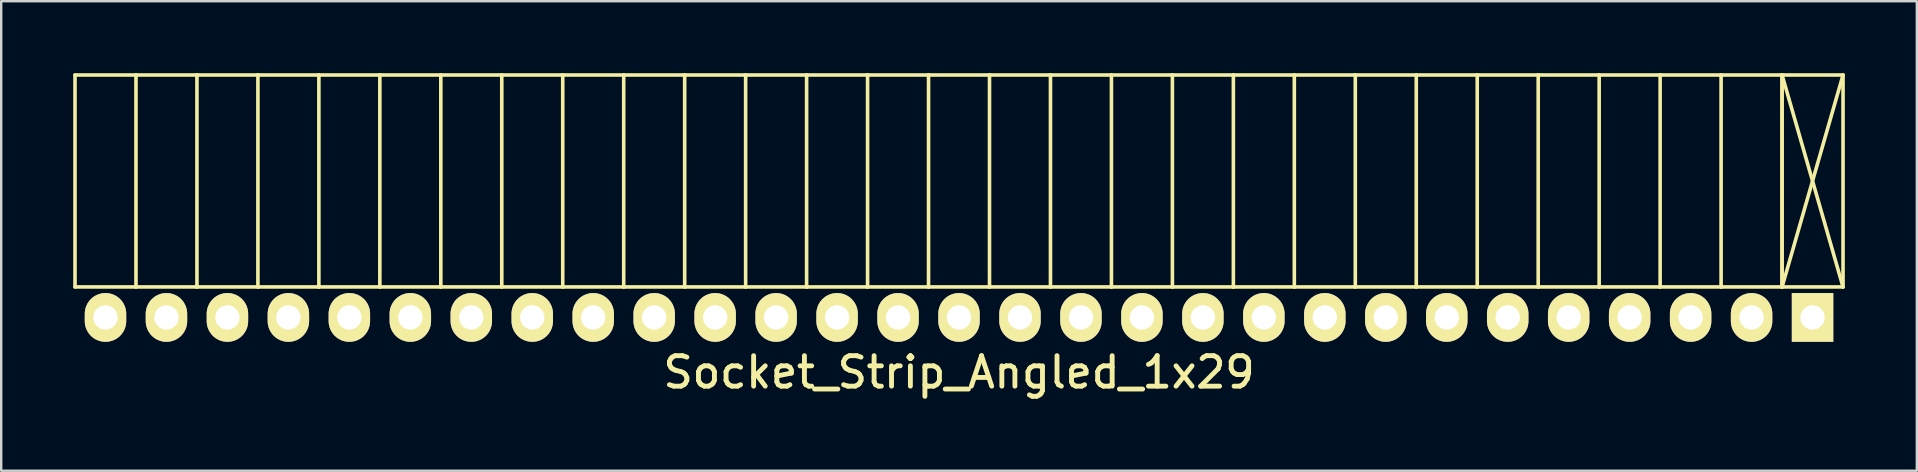
<source format=kicad_pcb>
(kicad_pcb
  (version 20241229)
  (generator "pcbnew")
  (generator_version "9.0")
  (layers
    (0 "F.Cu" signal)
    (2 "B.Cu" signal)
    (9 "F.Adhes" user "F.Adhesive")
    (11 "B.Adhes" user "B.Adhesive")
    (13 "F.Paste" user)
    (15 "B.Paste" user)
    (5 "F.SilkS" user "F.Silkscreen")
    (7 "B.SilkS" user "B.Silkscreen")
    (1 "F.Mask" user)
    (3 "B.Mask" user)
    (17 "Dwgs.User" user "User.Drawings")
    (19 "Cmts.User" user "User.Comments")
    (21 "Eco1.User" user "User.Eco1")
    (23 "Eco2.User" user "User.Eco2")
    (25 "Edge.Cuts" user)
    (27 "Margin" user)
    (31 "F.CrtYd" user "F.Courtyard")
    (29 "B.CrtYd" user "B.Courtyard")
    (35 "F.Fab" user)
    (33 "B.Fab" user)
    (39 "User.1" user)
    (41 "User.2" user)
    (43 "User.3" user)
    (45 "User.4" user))
  (footprint "Socket_Strip_Angled_1x29"
    (layer "F.Cu")
    (at 36.905 10.175)
    (property "Reference" "Socket_Strip_Angled_1x29" (at 0 2.286 0) (layer "F.SilkS") (effects (font (size 1.27 1.27) (thickness 0.203))))
    (attr through_hole)
    (fp_line (start -36.83 -10.1) (end -36.83 -1.27) (stroke (width 0.15) (type solid)) (layer "F.SilkS"))
    (fp_line (start -34.29 -10.1) (end -36.83 -10.1) (stroke (width 0.15) (type solid)) (layer "F.SilkS"))
    (fp_line (start -34.29 -10.1) (end -34.29 -1.27) (stroke (width 0.15) (type solid)) (layer "F.SilkS"))
    (fp_line (start -34.29 -1.27) (end -36.83 -1.27) (stroke (width 0.15) (type solid)) (layer "F.SilkS"))
    (fp_line (start -31.75 -10.1) (end -34.29 -10.1) (stroke (width 0.15) (type solid)) (layer "F.SilkS"))
    (fp_line (start -31.75 -10.1) (end -31.75 -1.27) (stroke (width 0.15) (type solid)) (layer "F.SilkS"))
    (fp_line (start -31.75 -1.27) (end -34.29 -1.27) (stroke (width 0.15) (type solid)) (layer "F.SilkS"))
    (fp_line (start -29.21 -10.1) (end -31.75 -10.1) (stroke (width 0.15) (type solid)) (layer "F.SilkS"))
    (fp_line (start -29.21 -10.1) (end -29.21 -1.27) (stroke (width 0.15) (type solid)) (layer "F.SilkS"))
    (fp_line (start -29.21 -1.27) (end -31.75 -1.27) (stroke (width 0.15) (type solid)) (layer "F.SilkS"))
    (fp_line (start -26.67 -10.1) (end -29.21 -10.1) (stroke (width 0.15) (type solid)) (layer "F.SilkS"))
    (fp_line (start -26.67 -10.1) (end -26.67 -1.27) (stroke (width 0.15) (type solid)) (layer "F.SilkS"))
    (fp_line (start -26.67 -1.27) (end -29.21 -1.27) (stroke (width 0.15) (type solid)) (layer "F.SilkS"))
    (fp_line (start -24.13 -10.1) (end -26.67 -10.1) (stroke (width 0.15) (type solid)) (layer "F.SilkS"))
    (fp_line (start -24.13 -10.1) (end -24.13 -1.27) (stroke (width 0.15) (type solid)) (layer "F.SilkS"))
    (fp_line (start -24.13 -1.27) (end -26.67 -1.27) (stroke (width 0.15) (type solid)) (layer "F.SilkS"))
    (fp_line (start -21.59 -10.1) (end -24.13 -10.1) (stroke (width 0.15) (type solid)) (layer "F.SilkS"))
    (fp_line (start -21.59 -10.1) (end -21.59 -1.27) (stroke (width 0.15) (type solid)) (layer "F.SilkS"))
    (fp_line (start -21.59 -1.27) (end -24.13 -1.27) (stroke (width 0.15) (type solid)) (layer "F.SilkS"))
    (fp_line (start -19.05 -10.1) (end -21.59 -10.1) (stroke (width 0.15) (type solid)) (layer "F.SilkS"))
    (fp_line (start -19.05 -10.1) (end -19.05 -1.27) (stroke (width 0.15) (type solid)) (layer "F.SilkS"))
    (fp_line (start -19.05 -1.27) (end -21.59 -1.27) (stroke (width 0.15) (type solid)) (layer "F.SilkS"))
    (fp_line (start -16.51 -10.1) (end -19.05 -10.1) (stroke (width 0.15) (type solid)) (layer "F.SilkS"))
    (fp_line (start -16.51 -10.1) (end -16.51 -1.27) (stroke (width 0.15) (type solid)) (layer "F.SilkS"))
    (fp_line (start -16.51 -1.27) (end -19.05 -1.27) (stroke (width 0.15) (type solid)) (layer "F.SilkS"))
    (fp_line (start -13.97 -10.1) (end -16.51 -10.1) (stroke (width 0.15) (type solid)) (layer "F.SilkS"))
    (fp_line (start -13.97 -10.1) (end -13.97 -1.27) (stroke (width 0.15) (type solid)) (layer "F.SilkS"))
    (fp_line (start -13.97 -1.27) (end -16.51 -1.27) (stroke (width 0.15) (type solid)) (layer "F.SilkS"))
    (fp_line (start -11.43 -10.1) (end -13.97 -10.1) (stroke (width 0.15) (type solid)) (layer "F.SilkS"))
    (fp_line (start -11.43 -10.1) (end -11.43 -1.27) (stroke (width 0.15) (type solid)) (layer "F.SilkS"))
    (fp_line (start -11.43 -1.27) (end -13.97 -1.27) (stroke (width 0.15) (type solid)) (layer "F.SilkS"))
    (fp_line (start -8.89 -10.1) (end -11.43 -10.1) (stroke (width 0.15) (type solid)) (layer "F.SilkS"))
    (fp_line (start -8.89 -10.1) (end -8.89 -1.27) (stroke (width 0.15) (type solid)) (layer "F.SilkS"))
    (fp_line (start -8.89 -1.27) (end -11.43 -1.27) (stroke (width 0.15) (type solid)) (layer "F.SilkS"))
    (fp_line (start -6.35 -10.1) (end -8.89 -10.1) (stroke (width 0.15) (type solid)) (layer "F.SilkS"))
    (fp_line (start -6.35 -10.1) (end -6.35 -1.27) (stroke (width 0.15) (type solid)) (layer "F.SilkS"))
    (fp_line (start -6.35 -1.27) (end -8.89 -1.27) (stroke (width 0.15) (type solid)) (layer "F.SilkS"))
    (fp_line (start -3.81 -10.1) (end -6.35 -10.1) (stroke (width 0.15) (type solid)) (layer "F.SilkS"))
    (fp_line (start -3.81 -10.1) (end -3.81 -1.27) (stroke (width 0.15) (type solid)) (layer "F.SilkS"))
    (fp_line (start -3.81 -1.27) (end -6.35 -1.27) (stroke (width 0.15) (type solid)) (layer "F.SilkS"))
    (fp_line (start -1.27 -10.1) (end -3.81 -10.1) (stroke (width 0.15) (type solid)) (layer "F.SilkS"))
    (fp_line (start -1.27 -10.1) (end -1.27 -1.27) (stroke (width 0.15) (type solid)) (layer "F.SilkS"))
    (fp_line (start -1.27 -1.27) (end -3.81 -1.27) (stroke (width 0.15) (type solid)) (layer "F.SilkS"))
    (fp_line (start 1.27 -10.1) (end -1.27 -10.1) (stroke (width 0.15) (type solid)) (layer "F.SilkS"))
    (fp_line (start 1.27 -10.1) (end 1.27 -1.27) (stroke (width 0.15) (type solid)) (layer "F.SilkS"))
    (fp_line (start 1.27 -1.27) (end -1.27 -1.27) (stroke (width 0.15) (type solid)) (layer "F.SilkS"))
    (fp_line (start 3.81 -10.1) (end 1.27 -10.1) (stroke (width 0.15) (type solid)) (layer "F.SilkS"))
    (fp_line (start 3.81 -10.1) (end 3.81 -1.27) (stroke (width 0.15) (type solid)) (layer "F.SilkS"))
    (fp_line (start 3.81 -1.27) (end 1.27 -1.27) (stroke (width 0.15) (type solid)) (layer "F.SilkS"))
    (fp_line (start 6.35 -10.1) (end 3.81 -10.1) (stroke (width 0.15) (type solid)) (layer "F.SilkS"))
    (fp_line (start 6.35 -10.1) (end 6.35 -1.27) (stroke (width 0.15) (type solid)) (layer "F.SilkS"))
    (fp_line (start 6.35 -1.27) (end 3.81 -1.27) (stroke (width 0.15) (type solid)) (layer "F.SilkS"))
    (fp_line (start 8.89 -10.1) (end 6.35 -10.1) (stroke (width 0.15) (type solid)) (layer "F.SilkS"))
    (fp_line (start 8.89 -10.1) (end 8.89 -1.27) (stroke (width 0.15) (type solid)) (layer "F.SilkS"))
    (fp_line (start 8.89 -1.27) (end 6.35 -1.27) (stroke (width 0.15) (type solid)) (layer "F.SilkS"))
    (fp_line (start 11.43 -10.1) (end 8.89 -10.1) (stroke (width 0.15) (type solid)) (layer "F.SilkS"))
    (fp_line (start 11.43 -10.1) (end 11.43 -1.27) (stroke (width 0.15) (type solid)) (layer "F.SilkS"))
    (fp_line (start 11.43 -1.27) (end 8.89 -1.27) (stroke (width 0.15) (type solid)) (layer "F.SilkS"))
    (fp_line (start 13.97 -10.1) (end 11.43 -10.1) (stroke (width 0.15) (type solid)) (layer "F.SilkS"))
    (fp_line (start 13.97 -10.1) (end 13.97 -1.27) (stroke (width 0.15) (type solid)) (layer "F.SilkS"))
    (fp_line (start 13.97 -1.27) (end 11.43 -1.27) (stroke (width 0.15) (type solid)) (layer "F.SilkS"))
    (fp_line (start 16.51 -10.1) (end 13.97 -10.1) (stroke (width 0.15) (type solid)) (layer "F.SilkS"))
    (fp_line (start 16.51 -10.1) (end 16.51 -1.27) (stroke (width 0.15) (type solid)) (layer "F.SilkS"))
    (fp_line (start 16.51 -1.27) (end 13.97 -1.27) (stroke (width 0.15) (type solid)) (layer "F.SilkS"))
    (fp_line (start 19.05 -10.1) (end 16.51 -10.1) (stroke (width 0.15) (type solid)) (layer "F.SilkS"))
    (fp_line (start 19.05 -10.1) (end 19.05 -1.27) (stroke (width 0.15) (type solid)) (layer "F.SilkS"))
    (fp_line (start 19.05 -1.27) (end 16.51 -1.27) (stroke (width 0.15) (type solid)) (layer "F.SilkS"))
    (fp_line (start 21.59 -10.1) (end 19.05 -10.1) (stroke (width 0.15) (type solid)) (layer "F.SilkS"))
    (fp_line (start 21.59 -10.1) (end 21.59 -1.27) (stroke (width 0.15) (type solid)) (layer "F.SilkS"))
    (fp_line (start 21.59 -1.27) (end 19.05 -1.27) (stroke (width 0.15) (type solid)) (layer "F.SilkS"))
    (fp_line (start 24.13 -10.1) (end 21.59 -10.1) (stroke (width 0.15) (type solid)) (layer "F.SilkS"))
    (fp_line (start 24.13 -10.1) (end 24.13 -1.27) (stroke (width 0.15) (type solid)) (layer "F.SilkS"))
    (fp_line (start 24.13 -1.27) (end 21.59 -1.27) (stroke (width 0.15) (type solid)) (layer "F.SilkS"))
    (fp_line (start 26.67 -10.1) (end 24.13 -10.1) (stroke (width 0.15) (type solid)) (layer "F.SilkS"))
    (fp_line (start 26.67 -10.1) (end 26.67 -1.27) (stroke (width 0.15) (type solid)) (layer "F.SilkS"))
    (fp_line (start 26.67 -1.27) (end 24.13 -1.27) (stroke (width 0.15) (type solid)) (layer "F.SilkS"))
    (fp_line (start 29.21 -10.1) (end 26.67 -10.1) (stroke (width 0.15) (type solid)) (layer "F.SilkS"))
    (fp_line (start 29.21 -10.1) (end 29.21 -1.27) (stroke (width 0.15) (type solid)) (layer "F.SilkS"))
    (fp_line (start 29.21 -1.27) (end 26.67 -1.27) (stroke (width 0.15) (type solid)) (layer "F.SilkS"))
    (fp_line (start 31.75 -10.1) (end 29.21 -10.1) (stroke (width 0.15) (type solid)) (layer "F.SilkS"))
    (fp_line (start 31.75 -10.1) (end 31.75 -1.27) (stroke (width 0.15) (type solid)) (layer "F.SilkS"))
    (fp_line (start 31.75 -1.27) (end 29.21 -1.27) (stroke (width 0.15) (type solid)) (layer "F.SilkS"))
    (fp_line (start 34.29 -10.1) (end 31.75 -10.1) (stroke (width 0.15) (type solid)) (layer "F.SilkS"))
    (fp_line (start 34.29 -10.1) (end 34.29 -1.27) (stroke (width 0.15) (type solid)) (layer "F.SilkS"))
    (fp_line (start 34.29 -1.27) (end 31.75 -1.27) (stroke (width 0.15) (type solid)) (layer "F.SilkS"))
    (fp_line (start 34.29 -1.27) (end 34.29 -10.1) (stroke (width 0.15) (type solid)) (layer "F.SilkS"))
    (fp_line (start 36.83 -10.1) (end 34.29 -10.1) (stroke (width 0.15) (type solid)) (layer "F.SilkS"))
    (fp_line (start 36.83 -10.1) (end 34.29 -1.27) (stroke (width 0.15) (type solid)) (layer "F.SilkS"))
    (fp_line (start 36.83 -1.27) (end 34.29 -10.1) (stroke (width 0.15) (type solid)) (layer "F.SilkS"))
    (fp_line (start 36.83 -1.27) (end 34.29 -1.27) (stroke (width 0.15) (type solid)) (layer "F.SilkS"))
    (fp_line (start 36.83 -1.27) (end 36.83 -10.1) (stroke (width 0.15) (type solid)) (layer "F.SilkS"))
    (pad "1" thru_hole rect (at 35.56 0 180) (size 1.727 2.032) (drill 1.016) (layers "*.Cu" "*.Mask" "F.SilkS"))
    (pad "2" thru_hole oval (at 33.02 0 180) (size 1.727 2.032) (drill 1.016) (layers "*.Cu" "*.Mask" "F.SilkS"))
    (pad "3" thru_hole oval (at 30.48 0 180) (size 1.727 2.032) (drill 1.016) (layers "*.Cu" "*.Mask" "F.SilkS"))
    (pad "4" thru_hole oval (at 27.94 0 180) (size 1.727 2.032) (drill 1.016) (layers "*.Cu" "*.Mask" "F.SilkS"))
    (pad "5" thru_hole oval (at 25.4 0 180) (size 1.727 2.032) (drill 1.016) (layers "*.Cu" "*.Mask" "F.SilkS"))
    (pad "6" thru_hole oval (at 22.86 0 180) (size 1.727 2.032) (drill 1.016) (layers "*.Cu" "*.Mask" "F.SilkS"))
    (pad "7" thru_hole oval (at 20.32 0 180) (size 1.727 2.032) (drill 1.016) (layers "*.Cu" "*.Mask" "F.SilkS"))
    (pad "8" thru_hole oval (at 17.78 0 180) (size 1.727 2.032) (drill 1.016) (layers "*.Cu" "*.Mask" "F.SilkS"))
    (pad "9" thru_hole oval (at 15.24 0 180) (size 1.727 2.032) (drill 1.016) (layers "*.Cu" "*.Mask" "F.SilkS"))
    (pad "10" thru_hole oval (at 12.7 0 180) (size 1.727 2.032) (drill 1.016) (layers "*.Cu" "*.Mask" "F.SilkS"))
    (pad "11" thru_hole oval (at 10.16 0 180) (size 1.727 2.032) (drill 1.016) (layers "*.Cu" "*.Mask" "F.SilkS"))
    (pad "12" thru_hole oval (at 7.62 0 180) (size 1.727 2.032) (drill 1.016) (layers "*.Cu" "*.Mask" "F.SilkS"))
    (pad "13" thru_hole oval (at 5.08 0 180) (size 1.727 2.032) (drill 1.016) (layers "*.Cu" "*.Mask" "F.SilkS"))
    (pad "14" thru_hole oval (at 2.54 0 180) (size 1.727 2.032) (drill 1.016) (layers "*.Cu" "*.Mask" "F.SilkS"))
    (pad "15" thru_hole oval (at 0 0 180) (size 1.727 2.032) (drill 1.016) (layers "*.Cu" "*.Mask" "F.SilkS"))
    (pad "16" thru_hole oval (at -2.54 0 180) (size 1.727 2.032) (drill 1.016) (layers "*.Cu" "*.Mask" "F.SilkS"))
    (pad "17" thru_hole oval (at -5.08 0 180) (size 1.727 2.032) (drill 1.016) (layers "*.Cu" "*.Mask" "F.SilkS"))
    (pad "18" thru_hole oval (at -7.62 0 180) (size 1.727 2.032) (drill 1.016) (layers "*.Cu" "*.Mask" "F.SilkS"))
    (pad "19" thru_hole oval (at -10.16 0 180) (size 1.727 2.032) (drill 1.016) (layers "*.Cu" "*.Mask" "F.SilkS"))
    (pad "20" thru_hole oval (at -12.7 0 180) (size 1.727 2.032) (drill 1.016) (layers "*.Cu" "*.Mask" "F.SilkS"))
    (pad "21" thru_hole oval (at -15.24 0 180) (size 1.727 2.032) (drill 1.016) (layers "*.Cu" "*.Mask" "F.SilkS"))
    (pad "22" thru_hole oval (at -17.78 0 180) (size 1.727 2.032) (drill 1.016) (layers "*.Cu" "*.Mask" "F.SilkS"))
    (pad "23" thru_hole oval (at -20.32 0 180) (size 1.727 2.032) (drill 1.016) (layers "*.Cu" "*.Mask" "F.SilkS"))
    (pad "24" thru_hole oval (at -22.86 0 180) (size 1.727 2.032) (drill 1.016) (layers "*.Cu" "*.Mask" "F.SilkS"))
    (pad "25" thru_hole oval (at -25.4 0 180) (size 1.727 2.032) (drill 1.016) (layers "*.Cu" "*.Mask" "F.SilkS"))
    (pad "26" thru_hole oval (at -27.94 0 180) (size 1.727 2.032) (drill 1.016) (layers "*.Cu" "*.Mask" "F.SilkS"))
    (pad "27" thru_hole oval (at -30.48 0 180) (size 1.727 2.032) (drill 1.016) (layers "*.Cu" "*.Mask" "F.SilkS"))
    (pad "28" thru_hole oval (at -33.02 0 180) (size 1.727 2.032) (drill 1.016) (layers "*.Cu" "*.Mask" "F.SilkS"))
    (pad "29" thru_hole oval (at -35.56 0 180) (size 1.727 2.032) (drill 1.016) (layers "*.Cu" "*.Mask" "F.SilkS")))
  (gr_rect
    (start -3 -3)
    (end 76.81 16.561)
    (stroke (width 0.1) (type default))
    (fill no)
    (layer "Edge.Cuts")))
</source>
